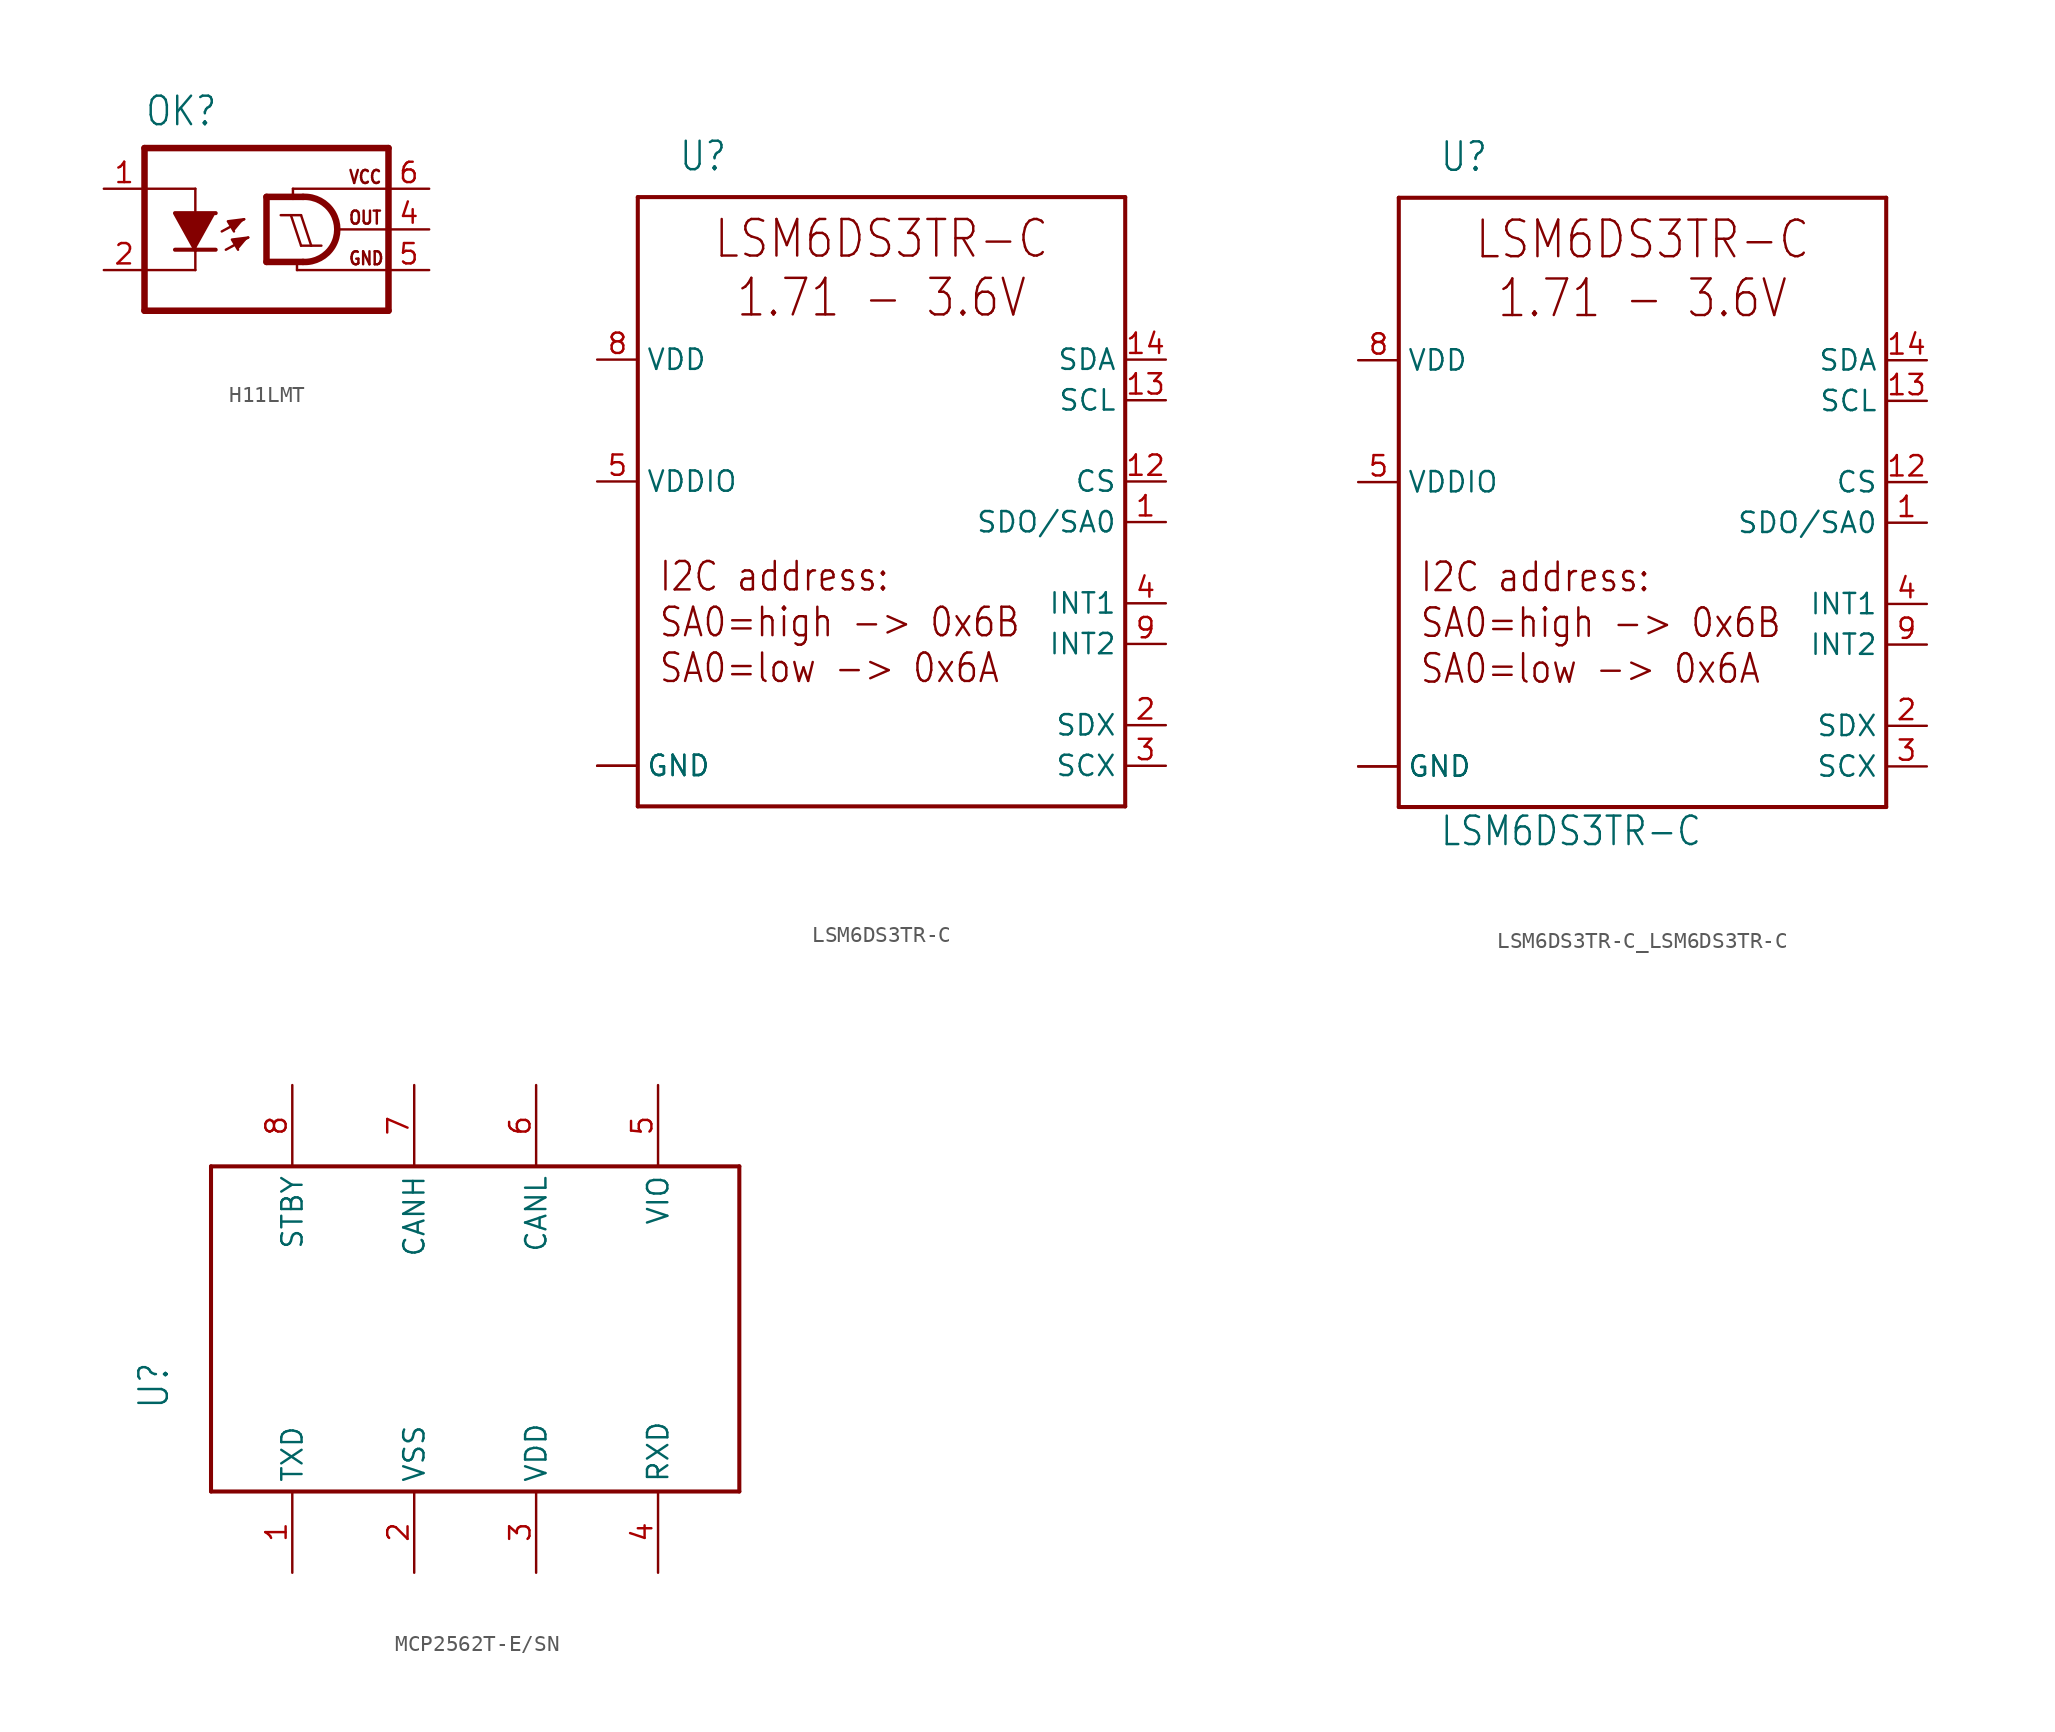
<source format=kicad_sym>
(kicad_symbol_lib
  (version 20241209)
  (generator "kicad_symbol_editor")
  (generator_version "9.0")
  (symbol "H11LMT"
    (property "Reference" "OK"
      (at -7.62 6.35 0)
      (effects (font (size 1.778 1.511)) (justify left bottom)))
    (property "Value" ""
      (at -7.62 -7.62 0)
      (effects (font (size 1.778 1.511)) (justify left bottom)))
    (property "ki_locked" ""
      (at 0 0 0)
      (effects (font (size 1.27 1.27))))
    (symbol "H11LMT_1_0"
      (polyline (pts (xy -7.62 5.08) (xy -7.62 -5.08)) (stroke (width 0.406) (type solid)) (fill (type none)))
      (polyline (pts (xy -7.62 2.54) (xy -4.445 2.54)) (stroke (width 0.152) (type solid)) (fill (type none)))
      (polyline (pts (xy -7.62 -2.54) (xy -4.445 -2.54)) (stroke (width 0.152) (type solid)) (fill (type none)))
      (polyline (pts (xy -4.445 1.143) (xy -4.445 2.54)) (stroke (width 0.152) (type solid)) (fill (type none)))
      (polyline (pts (xy -4.445 -1.27) (xy -5.715 -1.27)) (stroke (width 0.254) (type solid)) (fill (type none)))
      (polyline (pts (xy -4.445 -1.27) (xy -5.715 1.016) (xy -3.175 1.016)) (stroke (width 0.254) (type solid)) (fill (type outline)))
      (polyline (pts (xy -4.445 -2.54) (xy -4.445 -1.27)) (stroke (width 0.152) (type solid)) (fill (type none)))
      (polyline (pts (xy -3.175 -1.27) (xy -4.445 -1.27)) (stroke (width 0.254) (type solid)) (fill (type none)))
      (polyline (pts (xy -2.794 -0.127) (xy -1.397 0.635)) (stroke (width 0.152) (type solid)) (fill (type none)))
      (polyline (pts (xy -2.54 -1.27) (xy -1.143 -0.508)) (stroke (width 0.152) (type solid)) (fill (type none)))
      (polyline (pts (xy -1.397 0.635) (xy -2.413 0.508) (xy -2.032 -0.127)) (stroke (width 0.152) (type solid)) (fill (type outline)))
      (polyline (pts (xy -1.143 -0.508) (xy -2.159 -0.635) (xy -1.778 -1.27)) (stroke (width 0.152) (type solid)) (fill (type outline)))
      (polyline (pts (xy 0 2.032) (xy 0 -2.032)) (stroke (width 0.406) (type solid)) (fill (type none)))
      (polyline (pts (xy 0 2.032) (xy 1.651 2.032)) (stroke (width 0.406) (type solid)) (fill (type none)))
      (polyline (pts (xy 1.524 0.889) (xy 0.889 0.889)) (stroke (width 0.152) (type solid)) (fill (type none)))
      (polyline (pts (xy 1.651 2.54) (xy 7.62 2.54)) (stroke (width 0.152) (type solid)) (fill (type none)))
      (polyline (pts (xy 1.651 2.032) (xy 1.651 2.54)) (stroke (width 0.152) (type solid)) (fill (type none)))
      (polyline (pts (xy 1.651 2.032) (xy 2.286 2.032)) (stroke (width 0.406) (type solid)) (fill (type none)))
      (polyline (pts (xy 1.905 -2.159) (xy 1.905 -2.54)) (stroke (width 0.152) (type solid)) (fill (type none)))
      (polyline (pts (xy 1.905 -2.54) (xy 7.62 -2.54)) (stroke (width 0.152) (type solid)) (fill (type none)))
      (polyline (pts (xy 2.159 0.889) (xy 1.524 0.889)) (stroke (width 0.152) (type solid)) (fill (type none)))
      (polyline (pts (xy 2.159 -1.016) (xy 1.524 0.889)) (stroke (width 0.152) (type solid)) (fill (type none)))
      (polyline (pts (xy 2.286 -2.032) (xy 0 -2.032)) (stroke (width 0.406) (type solid)) (fill (type none)))
      (arc (start 2.286 2.032) (mid 4.422 -0.0001) (end 2.2858 -2.032) (stroke (width 0.4064) (type solid)) (fill (type none)))
      (polyline (pts (xy 2.794 -1.016) (xy 2.159 0.889)) (stroke (width 0.152) (type solid)) (fill (type none)))
      (polyline (pts (xy 2.794 -1.016) (xy 2.159 -1.016)) (stroke (width 0.152) (type solid)) (fill (type none)))
      (polyline (pts (xy 3.429 -1.016) (xy 2.794 -1.016)) (stroke (width 0.152) (type solid)) (fill (type none)))
      (polyline (pts (xy 4.572 0) (xy 7.62 0)) (stroke (width 0.152) (type solid)) (fill (type none)))
      (polyline (pts (xy 7.62 5.08) (xy -7.62 5.08)) (stroke (width 0.406) (type solid)) (fill (type none)))
      (polyline (pts (xy 7.62 5.08) (xy 7.62 -5.08)) (stroke (width 0.406) (type solid)) (fill (type none)))
      (polyline (pts (xy 7.62 -5.08) (xy -7.62 -5.08)) (stroke (width 0.406) (type solid)) (fill (type none)))
      (text "VCC" (at 5.08 2.794 0) (effects (font (size 0.813 0.691)) (justify left bottom)))
      (text "OUT" (at 5.08 0.254 0) (effects (font (size 0.813 0.691)) (justify left bottom)))
      (text "GND" (at 5.08 -2.286 0) (effects (font (size 0.813 0.691)) (justify left bottom)))
      (pin passive line (at -10.16 2.54 0) (length 2.54) (name "A" (effects (font (size 0 0)))) (number "1" (effects (font (size 1.27 1.27)))))
      (pin passive line (at -10.16 -2.54 0) (length 2.54) (name "C" (effects (font (size 0 0)))) (number "2" (effects (font (size 1.27 1.27)))))
      (pin power_in line (at 10.16 2.54 180) (length 2.54) (name "VCC" (effects (font (size 0 0)))) (number "6" (effects (font (size 1.27 1.27)))))
      (pin output line (at 10.16 0 180) (length 2.54) (name "OUT" (effects (font (size 0 0)))) (number "4" (effects (font (size 1.27 1.27)))))
      (pin power_in line (at 10.16 -2.54 180) (length 2.54) (name "GND" (effects (font (size 0 0)))) (number "5" (effects (font (size 1.27 1.27)))))))
  (symbol "LSM6DS3TR-C"
    (property "Reference" "U"
      (at -12.7 14.224 0)
      (effects (font (size 1.778 1.511)) (justify left bottom)))
    (property "Value" ""
      (at -12.7 -27.94 0)
      (effects (font (size 1.778 1.511)) (justify left bottom)))
    (property "ki_locked" ""
      (at 0 0 0)
      (effects (font (size 1.27 1.27))))
    (symbol "LSM6DS3TR-C_1_0"
      (polyline (pts (xy -15.24 12.7) (xy 15.24 12.7)) (stroke (width 0.254) (type solid)) (fill (type none)))
      (polyline (pts (xy -15.24 -25.4) (xy -15.24 12.7)) (stroke (width 0.254) (type solid)) (fill (type none)))
      (polyline (pts (xy 15.24 12.7) (xy 15.24 -25.4)) (stroke (width 0.254) (type solid)) (fill (type none)))
      (polyline (pts (xy 15.24 -25.4) (xy -15.24 -25.4)) (stroke (width 0.254) (type solid)) (fill (type none)))
      (text "I2C address:\nSA0=high -> 0x6B\nSA0=low -> 0x6A" (at -13.97 -17.78 0) (effects (font (size 1.778 1.511)) (justify left bottom)))
      (text "LSM6DS3TR-C\n1.71 - 3.6V" (at 0 5.08 0) (effects (font (size 2.286 1.943)) (justify bottom)))
      (pin bidirectional line (at -17.78 2.54 0) (length 2.54) (name "VDD" (effects (font (size 1.27 1.27)))) (number "8" (effects (font (size 1.27 1.27)))))
      (pin bidirectional line (at -17.78 -5.08 0) (length 2.54) (name "VDDIO" (effects (font (size 1.27 1.27)))) (number "5" (effects (font (size 1.27 1.27)))))
      (pin bidirectional line (at -17.78 -22.86 0) (length 2.54) (name "GND" (effects (font (size 1.27 1.27)))) (number "6" (effects (font (size 0 0)))))
      (pin bidirectional line (at -17.78 -22.86 0) (length 2.54) (name "GND" (effects (font (size 1.27 1.27)))) (number "7" (effects (font (size 0 0)))))
      (pin bidirectional line (at 17.78 2.54 180) (length 2.54) (name "SDA" (effects (font (size 1.27 1.27)))) (number "14" (effects (font (size 1.27 1.27)))))
      (pin bidirectional line (at 17.78 0 180) (length 2.54) (name "SCL" (effects (font (size 1.27 1.27)))) (number "13" (effects (font (size 1.27 1.27)))))
      (pin bidirectional line (at 17.78 -5.08 180) (length 2.54) (name "CS" (effects (font (size 1.27 1.27)))) (number "12" (effects (font (size 1.27 1.27)))))
      (pin bidirectional line (at 17.78 -7.62 180) (length 2.54) (name "SDO/SA0" (effects (font (size 1.27 1.27)))) (number "1" (effects (font (size 1.27 1.27)))))
      (pin bidirectional line (at 17.78 -12.7 180) (length 2.54) (name "INT1" (effects (font (size 1.27 1.27)))) (number "4" (effects (font (size 1.27 1.27)))))
      (pin bidirectional line (at 17.78 -15.24 180) (length 2.54) (name "INT2" (effects (font (size 1.27 1.27)))) (number "9" (effects (font (size 1.27 1.27)))))
      (pin bidirectional line (at 17.78 -20.32 180) (length 2.54) (name "SDX" (effects (font (size 1.27 1.27)))) (number "2" (effects (font (size 1.27 1.27)))))
      (pin bidirectional line (at 17.78 -22.86 180) (length 2.54) (name "SCX" (effects (font (size 1.27 1.27)))) (number "3" (effects (font (size 1.27 1.27)))))))
  (symbol "LSM6DS3TR-C_LSM6DS3TR-C"
    (property "Reference" "U"
      (at -12.7 14.224 0)
      (effects (font (size 1.778 1.511)) (justify left bottom)))
    (property "Value" "LSM6DS3TR-C"
      (at -12.7 -27.94 0)
      (effects (font (size 1.778 1.511)) (justify left bottom)))
    (symbol "LSM6DS3TR-C_LSM6DS3TR-C_1_0"
      (polyline (pts (xy -15.24 12.7) (xy 15.24 12.7)) (stroke (width 0.254) (type solid)) (fill (type none)))
      (polyline (pts (xy -15.24 -25.4) (xy -15.24 12.7)) (stroke (width 0.254) (type solid)) (fill (type none)))
      (polyline (pts (xy 15.24 12.7) (xy 15.24 -25.4)) (stroke (width 0.254) (type solid)) (fill (type none)))
      (polyline (pts (xy 15.24 -25.4) (xy -15.24 -25.4)) (stroke (width 0.254) (type solid)) (fill (type none)))
      (text "I2C address:\nSA0=high -> 0x6B\nSA0=low -> 0x6A" (at -13.97 -17.78 0) (effects (font (size 1.778 1.511)) (justify left bottom)))
      (text "LSM6DS3TR-C\n1.71 - 3.6V" (at 0 5.08 0) (effects (font (size 2.286 1.943)) (justify bottom)))
      (pin bidirectional line (at -17.78 2.54 0) (length 2.54) (name "VDD" (effects (font (size 1.27 1.27)))) (number "8" (effects (font (size 1.27 1.27)))))
      (pin bidirectional line (at -17.78 -5.08 0) (length 2.54) (name "VDDIO" (effects (font (size 1.27 1.27)))) (number "5" (effects (font (size 1.27 1.27)))))
      (pin bidirectional line (at -17.78 -22.86 0) (length 2.54) (name "GND" (effects (font (size 1.27 1.27)))) (number "6" (effects (font (size 0 0)))))
      (pin bidirectional line (at -17.78 -22.86 0) (length 2.54) (name "GND" (effects (font (size 1.27 1.27)))) (number "7" (effects (font (size 0 0)))))
      (pin bidirectional line (at 17.78 2.54 180) (length 2.54) (name "SDA" (effects (font (size 1.27 1.27)))) (number "14" (effects (font (size 1.27 1.27)))))
      (pin bidirectional line (at 17.78 0 180) (length 2.54) (name "SCL" (effects (font (size 1.27 1.27)))) (number "13" (effects (font (size 1.27 1.27)))))
      (pin bidirectional line (at 17.78 -5.08 180) (length 2.54) (name "CS" (effects (font (size 1.27 1.27)))) (number "12" (effects (font (size 1.27 1.27)))))
      (pin bidirectional line (at 17.78 -7.62 180) (length 2.54) (name "SDO/SA0" (effects (font (size 1.27 1.27)))) (number "1" (effects (font (size 1.27 1.27)))))
      (pin bidirectional line (at 17.78 -12.7 180) (length 2.54) (name "INT1" (effects (font (size 1.27 1.27)))) (number "4" (effects (font (size 1.27 1.27)))))
      (pin bidirectional line (at 17.78 -15.24 180) (length 2.54) (name "INT2" (effects (font (size 1.27 1.27)))) (number "9" (effects (font (size 1.27 1.27)))))
      (pin bidirectional line (at 17.78 -20.32 180) (length 2.54) (name "SDX" (effects (font (size 1.27 1.27)))) (number "2" (effects (font (size 1.27 1.27)))))
      (pin bidirectional line (at 17.78 -22.86 180) (length 2.54) (name "SCX" (effects (font (size 1.27 1.27)))) (number "3" (effects (font (size 1.27 1.27)))))))
  (symbol "MCP2562T-E/SN"
    (property "Reference" "U"
      (at -20.32 -5.08 90)
      (effects (font (size 1.778 1.511)) (justify left bottom)))
    (property "Value" ""
      (at 20.32 -5.08 90)
      (effects (font (size 1.778 1.511)) (justify left bottom)))
    (property "ki_locked" ""
      (at 0 0 0)
      (effects (font (size 1.27 1.27))))
    (symbol "MCP2562T-E/SN_1_0"
      (polyline (pts (xy -17.78 10.16) (xy 15.24 10.16)) (stroke (width 0.254) (type solid)) (fill (type none)))
      (polyline (pts (xy -17.78 -10.16) (xy -17.78 10.16)) (stroke (width 0.254) (type solid)) (fill (type none)))
      (polyline (pts (xy 15.24 10.16) (xy 15.24 -10.16)) (stroke (width 0.254) (type solid)) (fill (type none)))
      (polyline (pts (xy 15.24 -10.16) (xy -17.78 -10.16)) (stroke (width 0.254) (type solid)) (fill (type none)))
      (pin bidirectional line (at -12.7 15.24 270) (length 5.08) (name "STBY" (effects (font (size 1.27 1.27)))) (number "8" (effects (font (size 1.27 1.27)))))
      (pin bidirectional line (at -12.7 -15.24 90) (length 5.08) (name "TXD" (effects (font (size 1.27 1.27)))) (number "1" (effects (font (size 1.27 1.27)))))
      (pin bidirectional line (at -5.08 15.24 270) (length 5.08) (name "CANH" (effects (font (size 1.27 1.27)))) (number "7" (effects (font (size 1.27 1.27)))))
      (pin bidirectional line (at -5.08 -15.24 90) (length 5.08) (name "VSS" (effects (font (size 1.27 1.27)))) (number "2" (effects (font (size 1.27 1.27)))))
      (pin bidirectional line (at 2.54 15.24 270) (length 5.08) (name "CANL" (effects (font (size 1.27 1.27)))) (number "6" (effects (font (size 1.27 1.27)))))
      (pin bidirectional line (at 2.54 -15.24 90) (length 5.08) (name "VDD" (effects (font (size 1.27 1.27)))) (number "3" (effects (font (size 1.27 1.27)))))
      (pin bidirectional line (at 10.16 15.24 270) (length 5.08) (name "VIO" (effects (font (size 1.27 1.27)))) (number "5" (effects (font (size 1.27 1.27)))))
      (pin bidirectional line (at 10.16 -15.24 90) (length 5.08) (name "RXD" (effects (font (size 1.27 1.27)))) (number "4" (effects (font (size 1.27 1.27))))))))
</source>
